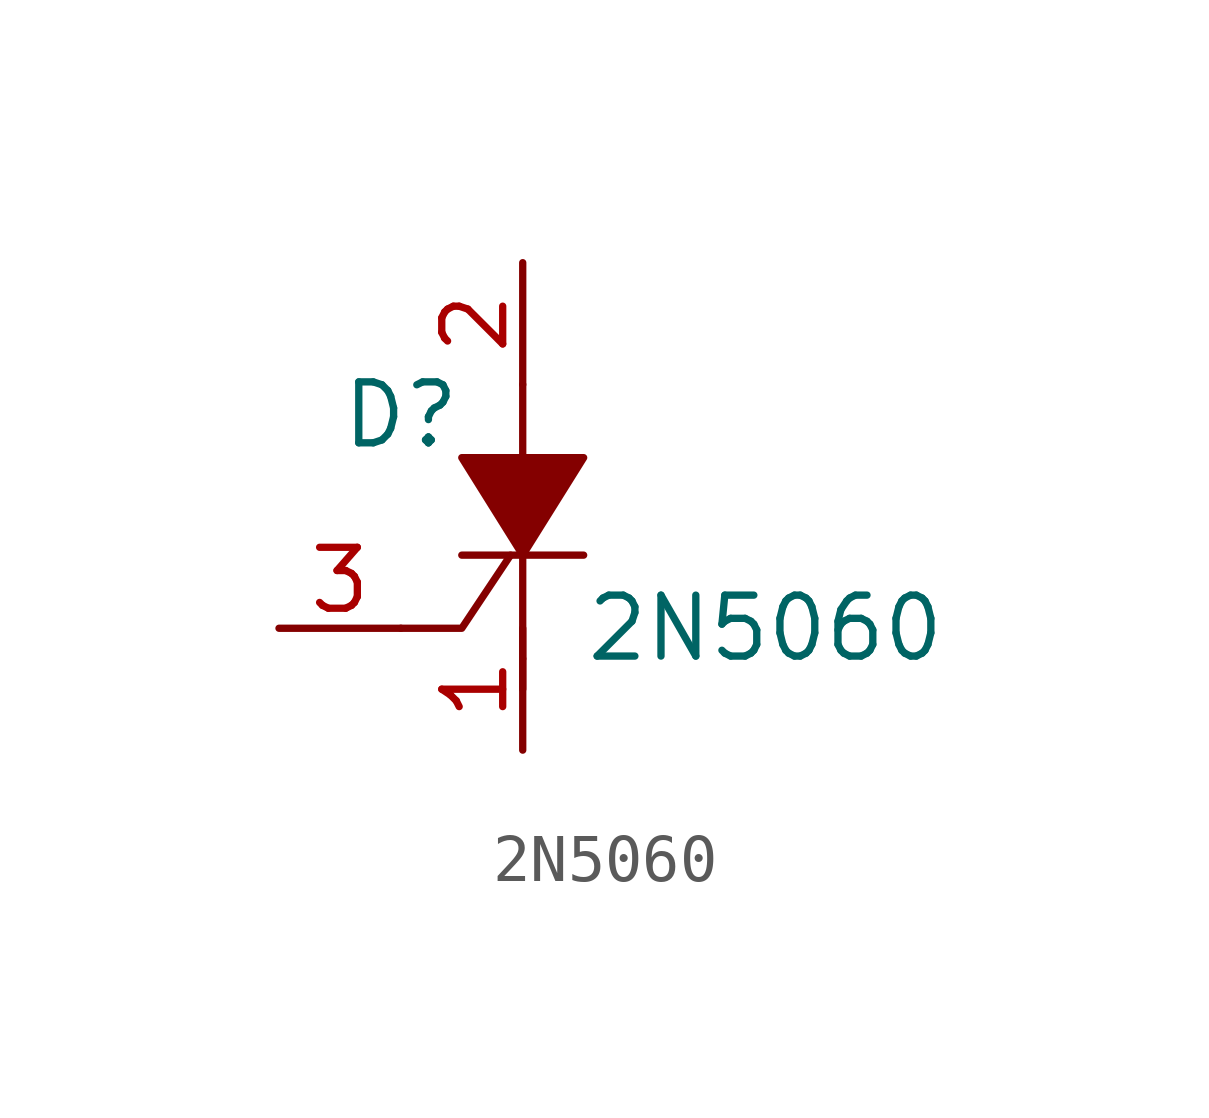
<source format=kicad_sym>
(kicad_symbol_lib
  (version 20201005)
  (generator kicad_symbol_editor)
  (symbol "2N5060"
    (pin_names
      (offset 0) hide)
    (property "Reference" "D"
      (at -2.54 1.905 0)
      (effects (font (size 1.27 1.27))))
    (property "Value" "2N5060"
      (at 1.27 -2.54 0)
      (effects (font (size 1.27 1.27)) (justify left)))
    (symbol "2N5060_0_1"
      (polyline (pts (xy -1.27 -1.016) (xy 1.27 -1.016)) (stroke (width 0)) (fill (type none)))
      (polyline (pts (xy 0 -3.175) (xy 0 -3.81)) (stroke (width 0)) (fill (type none)))
      (polyline (pts (xy 0 -3.175) (xy 0 -0.635)) (stroke (width 0)) (fill (type none)))
      (polyline (pts (xy 0 0.635) (xy 0 2.54)) (stroke (width 0)) (fill (type none)))
      (polyline (pts (xy -0.254 -1.016) (xy -1.27 -2.54) (xy -2.54 -2.54)) (stroke (width 0)) (fill (type none)))
      (polyline (pts (xy 0 -1.016) (xy -1.27 1.016) (xy 1.27 1.016) (xy 0 -1.016)) (stroke (width 0)) (fill (type outline))))
    (symbol "2N5060_1_1"
      (pin passive line (at 0 -5.08 90) (length 2.54) (name "C" (effects (font (size 1.27 1.27)))) (number "1" (effects (font (size 1.27 1.27)))))
      (pin passive line (at 0 5.08 270) (length 2.54) (name "A" (effects (font (size 1.27 1.27)))) (number "2" (effects (font (size 1.27 1.27)))))
      (pin input line (at -5.08 -2.54 0) (length 2.54) (name "G" (effects (font (size 1.27 1.27)))) (number "3" (effects (font (size 1.27 1.27))))))))
</source>
